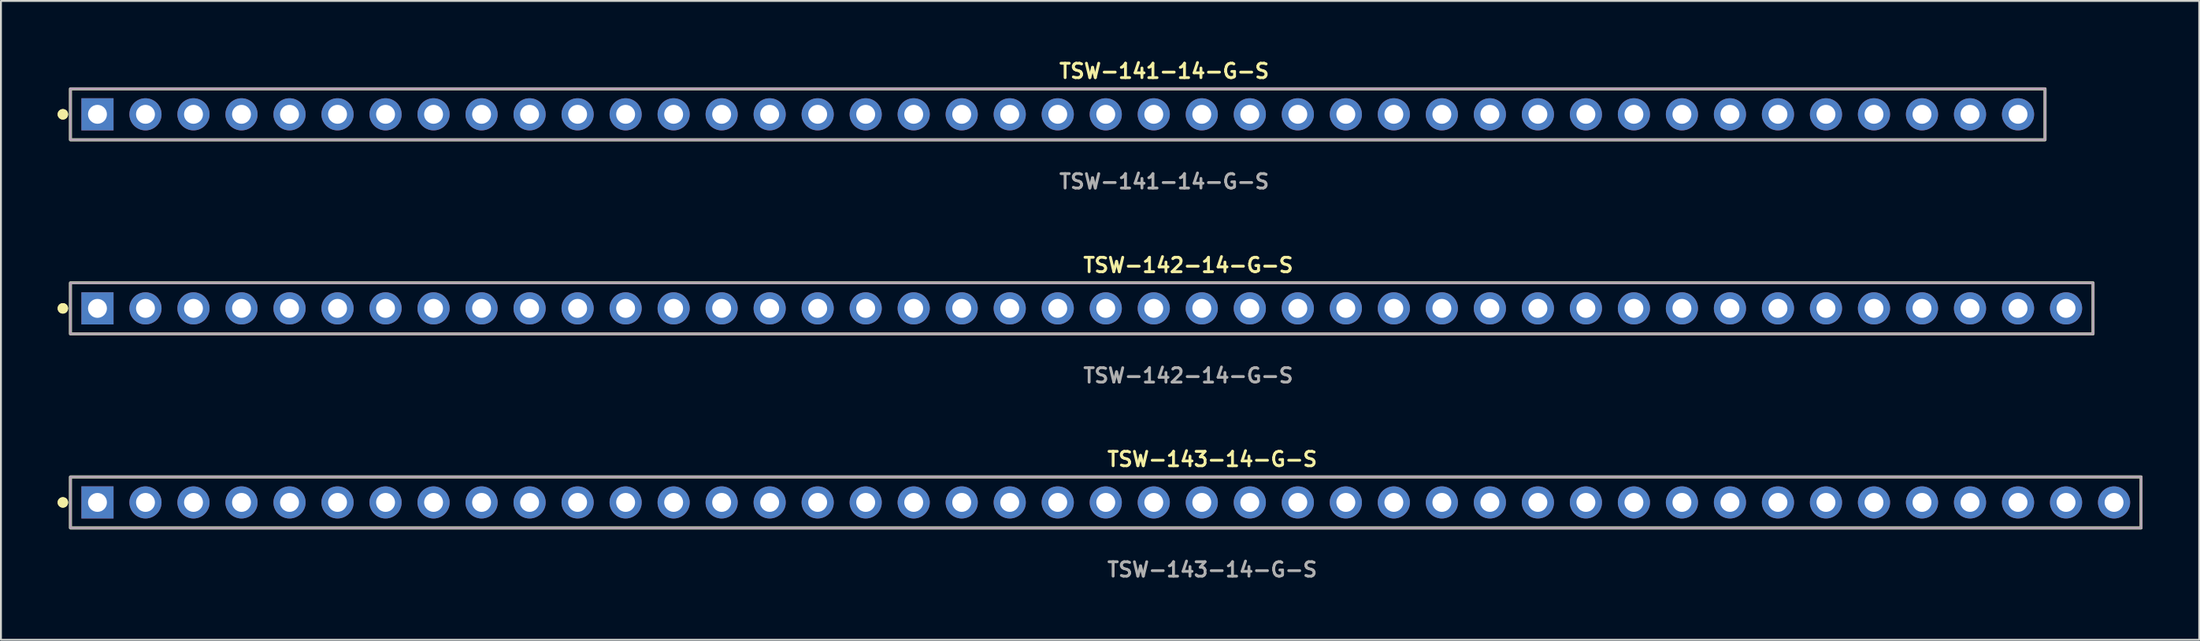
<source format=kicad_pcb>
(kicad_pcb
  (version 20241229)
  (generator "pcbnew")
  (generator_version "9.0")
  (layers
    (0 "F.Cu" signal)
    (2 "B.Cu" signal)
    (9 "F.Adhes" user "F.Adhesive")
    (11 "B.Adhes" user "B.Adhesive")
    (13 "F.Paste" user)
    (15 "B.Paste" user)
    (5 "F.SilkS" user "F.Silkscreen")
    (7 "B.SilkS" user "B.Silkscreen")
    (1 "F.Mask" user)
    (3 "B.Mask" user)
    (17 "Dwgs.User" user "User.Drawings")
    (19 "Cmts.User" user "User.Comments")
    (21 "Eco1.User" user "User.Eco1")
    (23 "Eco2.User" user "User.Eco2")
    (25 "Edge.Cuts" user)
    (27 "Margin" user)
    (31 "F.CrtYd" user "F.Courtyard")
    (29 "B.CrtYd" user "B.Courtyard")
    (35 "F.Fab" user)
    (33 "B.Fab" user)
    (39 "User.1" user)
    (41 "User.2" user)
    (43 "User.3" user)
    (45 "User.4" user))
  (footprint "TSW-142-14-G-S"
    (layer "F.Cu")
    (at 54.176 13.268)
    (property "Reference" "TSW-142-14-G-S" (at 0 -2.286 0) (unlocked yes) (layer "F.SilkS") (effects (font (size 0.762 0.762) (thickness 0.152)) (justify left)))
    (fp_rect (start -53.5 1.35) (end 53.5 -1.35) (stroke (width 0.152) (type solid)) (fill no) (layer "F.SilkS"))
    (fp_circle (center -53.9 0) (end -54.1 0) (stroke (width 0.152) (type solid)) (fill yes) (layer "F.SilkS"))
    (fp_circle (center -53.9 0) (end -54.1 0) (stroke (width 0.152) (type solid)) (fill yes) (layer "F.SilkS"))
    (fp_rect (start -53.5 1.35) (end 53.5 -1.35) (stroke (width 0.006) (type solid)) (fill no) (layer "F.CrtYd"))
    (fp_rect (start -53.5 1.35) (end 53.5 -1.35) (stroke (width 0.152) (type solid)) (fill no) (layer "F.Fab"))
    (fp_text user "${REFERENCE}" (at 0 3.556 0) (unlocked yes) (layer "F.Fab") (effects (font (size 0.762 0.762) (thickness 0.152)) (justify left)))
    (pad "1" thru_hole rect (at -52.07 0) (size 1.7 1.7) (drill 1) (layers "*.Cu" "*.Mask"))
    (pad "2" thru_hole circle (at -49.53 0) (size 1.7 1.7) (drill 1) (layers "*.Cu" "*.Mask"))
    (pad "3" thru_hole circle (at -46.99 0) (size 1.7 1.7) (drill 1) (layers "*.Cu" "*.Mask"))
    (pad "4" thru_hole circle (at -44.45 0) (size 1.7 1.7) (drill 1) (layers "*.Cu" "*.Mask"))
    (pad "5" thru_hole circle (at -41.91 0) (size 1.7 1.7) (drill 1) (layers "*.Cu" "*.Mask"))
    (pad "6" thru_hole circle (at -39.37 0) (size 1.7 1.7) (drill 1) (layers "*.Cu" "*.Mask"))
    (pad "7" thru_hole circle (at -36.83 0) (size 1.7 1.7) (drill 1) (layers "*.Cu" "*.Mask"))
    (pad "8" thru_hole circle (at -34.29 0) (size 1.7 1.7) (drill 1) (layers "*.Cu" "*.Mask"))
    (pad "9" thru_hole circle (at -31.75 0) (size 1.7 1.7) (drill 1) (layers "*.Cu" "*.Mask"))
    (pad "10" thru_hole circle (at -29.21 0) (size 1.7 1.7) (drill 1) (layers "*.Cu" "*.Mask"))
    (pad "11" thru_hole circle (at -26.67 0) (size 1.7 1.7) (drill 1) (layers "*.Cu" "*.Mask"))
    (pad "12" thru_hole circle (at -24.13 0) (size 1.7 1.7) (drill 1) (layers "*.Cu" "*.Mask"))
    (pad "13" thru_hole circle (at -21.59 0) (size 1.7 1.7) (drill 1) (layers "*.Cu" "*.Mask"))
    (pad "14" thru_hole circle (at -19.05 0) (size 1.7 1.7) (drill 1) (layers "*.Cu" "*.Mask"))
    (pad "15" thru_hole circle (at -16.51 0) (size 1.7 1.7) (drill 1) (layers "*.Cu" "*.Mask"))
    (pad "16" thru_hole circle (at -13.97 0) (size 1.7 1.7) (drill 1) (layers "*.Cu" "*.Mask"))
    (pad "17" thru_hole circle (at -11.43 0) (size 1.7 1.7) (drill 1) (layers "*.Cu" "*.Mask"))
    (pad "18" thru_hole circle (at -8.89 0) (size 1.7 1.7) (drill 1) (layers "*.Cu" "*.Mask"))
    (pad "19" thru_hole circle (at -6.35 0) (size 1.7 1.7) (drill 1) (layers "*.Cu" "*.Mask"))
    (pad "20" thru_hole circle (at -3.81 0) (size 1.7 1.7) (drill 1) (layers "*.Cu" "*.Mask"))
    (pad "21" thru_hole circle (at -1.27 0) (size 1.7 1.7) (drill 1) (layers "*.Cu" "*.Mask"))
    (pad "22" thru_hole circle (at 1.27 0) (size 1.7 1.7) (drill 1) (layers "*.Cu" "*.Mask"))
    (pad "23" thru_hole circle (at 3.81 0) (size 1.7 1.7) (drill 1) (layers "*.Cu" "*.Mask"))
    (pad "24" thru_hole circle (at 6.35 0) (size 1.7 1.7) (drill 1) (layers "*.Cu" "*.Mask"))
    (pad "25" thru_hole circle (at 8.89 0) (size 1.7 1.7) (drill 1) (layers "*.Cu" "*.Mask"))
    (pad "26" thru_hole circle (at 11.43 0) (size 1.7 1.7) (drill 1) (layers "*.Cu" "*.Mask"))
    (pad "27" thru_hole circle (at 13.97 0) (size 1.7 1.7) (drill 1) (layers "*.Cu" "*.Mask"))
    (pad "28" thru_hole circle (at 16.51 0) (size 1.7 1.7) (drill 1) (layers "*.Cu" "*.Mask"))
    (pad "29" thru_hole circle (at 19.05 0) (size 1.7 1.7) (drill 1) (layers "*.Cu" "*.Mask"))
    (pad "30" thru_hole circle (at 21.59 0) (size 1.7 1.7) (drill 1) (layers "*.Cu" "*.Mask"))
    (pad "31" thru_hole circle (at 24.13 0) (size 1.7 1.7) (drill 1) (layers "*.Cu" "*.Mask"))
    (pad "32" thru_hole circle (at 26.67 0) (size 1.7 1.7) (drill 1) (layers "*.Cu" "*.Mask"))
    (pad "33" thru_hole circle (at 29.21 0) (size 1.7 1.7) (drill 1) (layers "*.Cu" "*.Mask"))
    (pad "34" thru_hole circle (at 31.75 0) (size 1.7 1.7) (drill 1) (layers "*.Cu" "*.Mask"))
    (pad "35" thru_hole circle (at 34.29 0) (size 1.7 1.7) (drill 1) (layers "*.Cu" "*.Mask"))
    (pad "36" thru_hole circle (at 36.83 0) (size 1.7 1.7) (drill 1) (layers "*.Cu" "*.Mask"))
    (pad "37" thru_hole circle (at 39.37 0) (size 1.7 1.7) (drill 1) (layers "*.Cu" "*.Mask"))
    (pad "38" thru_hole circle (at 41.91 0) (size 1.7 1.7) (drill 1) (layers "*.Cu" "*.Mask"))
    (pad "39" thru_hole circle (at 44.45 0) (size 1.7 1.7) (drill 1) (layers "*.Cu" "*.Mask"))
    (pad "40" thru_hole circle (at 46.99 0) (size 1.7 1.7) (drill 1) (layers "*.Cu" "*.Mask"))
    (pad "41" thru_hole circle (at 49.53 0) (size 1.7 1.7) (drill 1) (layers "*.Cu" "*.Mask"))
    (pad "42" thru_hole circle (at 52.07 0) (size 1.7 1.7) (drill 1) (layers "*.Cu" "*.Mask")))
  (footprint "TSW-141-14-G-S"
    (layer "F.Cu")
    (at 52.906 2.999)
    (property "Reference" "TSW-141-14-G-S" (at 0 -2.286 0) (unlocked yes) (layer "F.SilkS") (effects (font (size 0.762 0.762) (thickness 0.152)) (justify left)))
    (fp_rect (start -52.23 1.35) (end 52.23 -1.35) (stroke (width 0.152) (type solid)) (fill no) (layer "F.SilkS"))
    (fp_circle (center -52.63 0) (end -52.83 0) (stroke (width 0.152) (type solid)) (fill yes) (layer "F.SilkS"))
    (fp_circle (center -52.63 0) (end -52.83 0) (stroke (width 0.152) (type solid)) (fill yes) (layer "F.SilkS"))
    (fp_rect (start -52.23 1.35) (end 52.23 -1.35) (stroke (width 0.006) (type solid)) (fill no) (layer "F.CrtYd"))
    (fp_rect (start -52.23 1.35) (end 52.23 -1.35) (stroke (width 0.152) (type solid)) (fill no) (layer "F.Fab"))
    (fp_text user "${REFERENCE}" (at 0 3.556 0) (unlocked yes) (layer "F.Fab") (effects (font (size 0.762 0.762) (thickness 0.152)) (justify left)))
    (pad "1" thru_hole rect (at -50.8 0) (size 1.7 1.7) (drill 1) (layers "*.Cu" "*.Mask"))
    (pad "2" thru_hole circle (at -48.26 0) (size 1.7 1.7) (drill 1) (layers "*.Cu" "*.Mask"))
    (pad "3" thru_hole circle (at -45.72 0) (size 1.7 1.7) (drill 1) (layers "*.Cu" "*.Mask"))
    (pad "4" thru_hole circle (at -43.18 0) (size 1.7 1.7) (drill 1) (layers "*.Cu" "*.Mask"))
    (pad "5" thru_hole circle (at -40.64 0) (size 1.7 1.7) (drill 1) (layers "*.Cu" "*.Mask"))
    (pad "6" thru_hole circle (at -38.1 0) (size 1.7 1.7) (drill 1) (layers "*.Cu" "*.Mask"))
    (pad "7" thru_hole circle (at -35.56 0) (size 1.7 1.7) (drill 1) (layers "*.Cu" "*.Mask"))
    (pad "8" thru_hole circle (at -33.02 0) (size 1.7 1.7) (drill 1) (layers "*.Cu" "*.Mask"))
    (pad "9" thru_hole circle (at -30.48 0) (size 1.7 1.7) (drill 1) (layers "*.Cu" "*.Mask"))
    (pad "10" thru_hole circle (at -27.94 0) (size 1.7 1.7) (drill 1) (layers "*.Cu" "*.Mask"))
    (pad "11" thru_hole circle (at -25.4 0) (size 1.7 1.7) (drill 1) (layers "*.Cu" "*.Mask"))
    (pad "12" thru_hole circle (at -22.86 0) (size 1.7 1.7) (drill 1) (layers "*.Cu" "*.Mask"))
    (pad "13" thru_hole circle (at -20.32 0) (size 1.7 1.7) (drill 1) (layers "*.Cu" "*.Mask"))
    (pad "14" thru_hole circle (at -17.78 0) (size 1.7 1.7) (drill 1) (layers "*.Cu" "*.Mask"))
    (pad "15" thru_hole circle (at -15.24 0) (size 1.7 1.7) (drill 1) (layers "*.Cu" "*.Mask"))
    (pad "16" thru_hole circle (at -12.7 0) (size 1.7 1.7) (drill 1) (layers "*.Cu" "*.Mask"))
    (pad "17" thru_hole circle (at -10.16 0) (size 1.7 1.7) (drill 1) (layers "*.Cu" "*.Mask"))
    (pad "18" thru_hole circle (at -7.62 0) (size 1.7 1.7) (drill 1) (layers "*.Cu" "*.Mask"))
    (pad "19" thru_hole circle (at -5.08 0) (size 1.7 1.7) (drill 1) (layers "*.Cu" "*.Mask"))
    (pad "20" thru_hole circle (at -2.54 0) (size 1.7 1.7) (drill 1) (layers "*.Cu" "*.Mask"))
    (pad "21" thru_hole circle (at 0 0) (size 1.7 1.7) (drill 1) (layers "*.Cu" "*.Mask"))
    (pad "22" thru_hole circle (at 2.54 0) (size 1.7 1.7) (drill 1) (layers "*.Cu" "*.Mask"))
    (pad "23" thru_hole circle (at 5.08 0) (size 1.7 1.7) (drill 1) (layers "*.Cu" "*.Mask"))
    (pad "24" thru_hole circle (at 7.62 0) (size 1.7 1.7) (drill 1) (layers "*.Cu" "*.Mask"))
    (pad "25" thru_hole circle (at 10.16 0) (size 1.7 1.7) (drill 1) (layers "*.Cu" "*.Mask"))
    (pad "26" thru_hole circle (at 12.7 0) (size 1.7 1.7) (drill 1) (layers "*.Cu" "*.Mask"))
    (pad "27" thru_hole circle (at 15.24 0) (size 1.7 1.7) (drill 1) (layers "*.Cu" "*.Mask"))
    (pad "28" thru_hole circle (at 17.78 0) (size 1.7 1.7) (drill 1) (layers "*.Cu" "*.Mask"))
    (pad "29" thru_hole circle (at 20.32 0) (size 1.7 1.7) (drill 1) (layers "*.Cu" "*.Mask"))
    (pad "30" thru_hole circle (at 22.86 0) (size 1.7 1.7) (drill 1) (layers "*.Cu" "*.Mask"))
    (pad "31" thru_hole circle (at 25.4 0) (size 1.7 1.7) (drill 1) (layers "*.Cu" "*.Mask"))
    (pad "32" thru_hole circle (at 27.94 0) (size 1.7 1.7) (drill 1) (layers "*.Cu" "*.Mask"))
    (pad "33" thru_hole circle (at 30.48 0) (size 1.7 1.7) (drill 1) (layers "*.Cu" "*.Mask"))
    (pad "34" thru_hole circle (at 33.02 0) (size 1.7 1.7) (drill 1) (layers "*.Cu" "*.Mask"))
    (pad "35" thru_hole circle (at 35.56 0) (size 1.7 1.7) (drill 1) (layers "*.Cu" "*.Mask"))
    (pad "36" thru_hole circle (at 38.1 0) (size 1.7 1.7) (drill 1) (layers "*.Cu" "*.Mask"))
    (pad "37" thru_hole circle (at 40.64 0) (size 1.7 1.7) (drill 1) (layers "*.Cu" "*.Mask"))
    (pad "38" thru_hole circle (at 43.18 0) (size 1.7 1.7) (drill 1) (layers "*.Cu" "*.Mask"))
    (pad "39" thru_hole circle (at 45.72 0) (size 1.7 1.7) (drill 1) (layers "*.Cu" "*.Mask"))
    (pad "40" thru_hole circle (at 48.26 0) (size 1.7 1.7) (drill 1) (layers "*.Cu" "*.Mask"))
    (pad "41" thru_hole circle (at 50.8 0) (size 1.7 1.7) (drill 1) (layers "*.Cu" "*.Mask")))
  (footprint "TSW-143-14-G-S"
    (layer "F.Cu")
    (at 55.446 23.536)
    (property "Reference" "TSW-143-14-G-S" (at 0 -2.286 0) (unlocked yes) (layer "F.SilkS") (effects (font (size 0.762 0.762) (thickness 0.152)) (justify left)))
    (fp_rect (start -54.77 1.35) (end 54.77 -1.35) (stroke (width 0.152) (type solid)) (fill no) (layer "F.SilkS"))
    (fp_circle (center -55.17 0) (end -55.37 0) (stroke (width 0.152) (type solid)) (fill yes) (layer "F.SilkS"))
    (fp_circle (center -55.17 0) (end -55.37 0) (stroke (width 0.152) (type solid)) (fill yes) (layer "F.SilkS"))
    (fp_rect (start -54.77 1.35) (end 54.77 -1.35) (stroke (width 0.006) (type solid)) (fill no) (layer "F.CrtYd"))
    (fp_rect (start -54.77 1.35) (end 54.77 -1.35) (stroke (width 0.152) (type solid)) (fill no) (layer "F.Fab"))
    (fp_text user "${REFERENCE}" (at 0 3.556 0) (unlocked yes) (layer "F.Fab") (effects (font (size 0.762 0.762) (thickness 0.152)) (justify left)))
    (pad "1" thru_hole rect (at -53.34 0) (size 1.7 1.7) (drill 1) (layers "*.Cu" "*.Mask"))
    (pad "2" thru_hole circle (at -50.8 0) (size 1.7 1.7) (drill 1) (layers "*.Cu" "*.Mask"))
    (pad "3" thru_hole circle (at -48.26 0) (size 1.7 1.7) (drill 1) (layers "*.Cu" "*.Mask"))
    (pad "4" thru_hole circle (at -45.72 0) (size 1.7 1.7) (drill 1) (layers "*.Cu" "*.Mask"))
    (pad "5" thru_hole circle (at -43.18 0) (size 1.7 1.7) (drill 1) (layers "*.Cu" "*.Mask"))
    (pad "6" thru_hole circle (at -40.64 0) (size 1.7 1.7) (drill 1) (layers "*.Cu" "*.Mask"))
    (pad "7" thru_hole circle (at -38.1 0) (size 1.7 1.7) (drill 1) (layers "*.Cu" "*.Mask"))
    (pad "8" thru_hole circle (at -35.56 0) (size 1.7 1.7) (drill 1) (layers "*.Cu" "*.Mask"))
    (pad "9" thru_hole circle (at -33.02 0) (size 1.7 1.7) (drill 1) (layers "*.Cu" "*.Mask"))
    (pad "10" thru_hole circle (at -30.48 0) (size 1.7 1.7) (drill 1) (layers "*.Cu" "*.Mask"))
    (pad "11" thru_hole circle (at -27.94 0) (size 1.7 1.7) (drill 1) (layers "*.Cu" "*.Mask"))
    (pad "12" thru_hole circle (at -25.4 0) (size 1.7 1.7) (drill 1) (layers "*.Cu" "*.Mask"))
    (pad "13" thru_hole circle (at -22.86 0) (size 1.7 1.7) (drill 1) (layers "*.Cu" "*.Mask"))
    (pad "14" thru_hole circle (at -20.32 0) (size 1.7 1.7) (drill 1) (layers "*.Cu" "*.Mask"))
    (pad "15" thru_hole circle (at -17.78 0) (size 1.7 1.7) (drill 1) (layers "*.Cu" "*.Mask"))
    (pad "16" thru_hole circle (at -15.24 0) (size 1.7 1.7) (drill 1) (layers "*.Cu" "*.Mask"))
    (pad "17" thru_hole circle (at -12.7 0) (size 1.7 1.7) (drill 1) (layers "*.Cu" "*.Mask"))
    (pad "18" thru_hole circle (at -10.16 0) (size 1.7 1.7) (drill 1) (layers "*.Cu" "*.Mask"))
    (pad "19" thru_hole circle (at -7.62 0) (size 1.7 1.7) (drill 1) (layers "*.Cu" "*.Mask"))
    (pad "20" thru_hole circle (at -5.08 0) (size 1.7 1.7) (drill 1) (layers "*.Cu" "*.Mask"))
    (pad "21" thru_hole circle (at -2.54 0) (size 1.7 1.7) (drill 1) (layers "*.Cu" "*.Mask"))
    (pad "22" thru_hole circle (at 0 0) (size 1.7 1.7) (drill 1) (layers "*.Cu" "*.Mask"))
    (pad "23" thru_hole circle (at 2.54 0) (size 1.7 1.7) (drill 1) (layers "*.Cu" "*.Mask"))
    (pad "24" thru_hole circle (at 5.08 0) (size 1.7 1.7) (drill 1) (layers "*.Cu" "*.Mask"))
    (pad "25" thru_hole circle (at 7.62 0) (size 1.7 1.7) (drill 1) (layers "*.Cu" "*.Mask"))
    (pad "26" thru_hole circle (at 10.16 0) (size 1.7 1.7) (drill 1) (layers "*.Cu" "*.Mask"))
    (pad "27" thru_hole circle (at 12.7 0) (size 1.7 1.7) (drill 1) (layers "*.Cu" "*.Mask"))
    (pad "28" thru_hole circle (at 15.24 0) (size 1.7 1.7) (drill 1) (layers "*.Cu" "*.Mask"))
    (pad "29" thru_hole circle (at 17.78 0) (size 1.7 1.7) (drill 1) (layers "*.Cu" "*.Mask"))
    (pad "30" thru_hole circle (at 20.32 0) (size 1.7 1.7) (drill 1) (layers "*.Cu" "*.Mask"))
    (pad "31" thru_hole circle (at 22.86 0) (size 1.7 1.7) (drill 1) (layers "*.Cu" "*.Mask"))
    (pad "32" thru_hole circle (at 25.4 0) (size 1.7 1.7) (drill 1) (layers "*.Cu" "*.Mask"))
    (pad "33" thru_hole circle (at 27.94 0) (size 1.7 1.7) (drill 1) (layers "*.Cu" "*.Mask"))
    (pad "34" thru_hole circle (at 30.48 0) (size 1.7 1.7) (drill 1) (layers "*.Cu" "*.Mask"))
    (pad "35" thru_hole circle (at 33.02 0) (size 1.7 1.7) (drill 1) (layers "*.Cu" "*.Mask"))
    (pad "36" thru_hole circle (at 35.56 0) (size 1.7 1.7) (drill 1) (layers "*.Cu" "*.Mask"))
    (pad "37" thru_hole circle (at 38.1 0) (size 1.7 1.7) (drill 1) (layers "*.Cu" "*.Mask"))
    (pad "38" thru_hole circle (at 40.64 0) (size 1.7 1.7) (drill 1) (layers "*.Cu" "*.Mask"))
    (pad "39" thru_hole circle (at 43.18 0) (size 1.7 1.7) (drill 1) (layers "*.Cu" "*.Mask"))
    (pad "40" thru_hole circle (at 45.72 0) (size 1.7 1.7) (drill 1) (layers "*.Cu" "*.Mask"))
    (pad "41" thru_hole circle (at 48.26 0) (size 1.7 1.7) (drill 1) (layers "*.Cu" "*.Mask"))
    (pad "42" thru_hole circle (at 50.8 0) (size 1.7 1.7) (drill 1) (layers "*.Cu" "*.Mask"))
    (pad "43" thru_hole circle (at 53.34 0) (size 1.7 1.7) (drill 1) (layers "*.Cu" "*.Mask")))
  (gr_rect
    (start -3 -3)
    (end 113.292 30.805)
    (stroke (width 0.1) (type default))
    (fill no)
    (layer "Edge.Cuts")))
</source>
